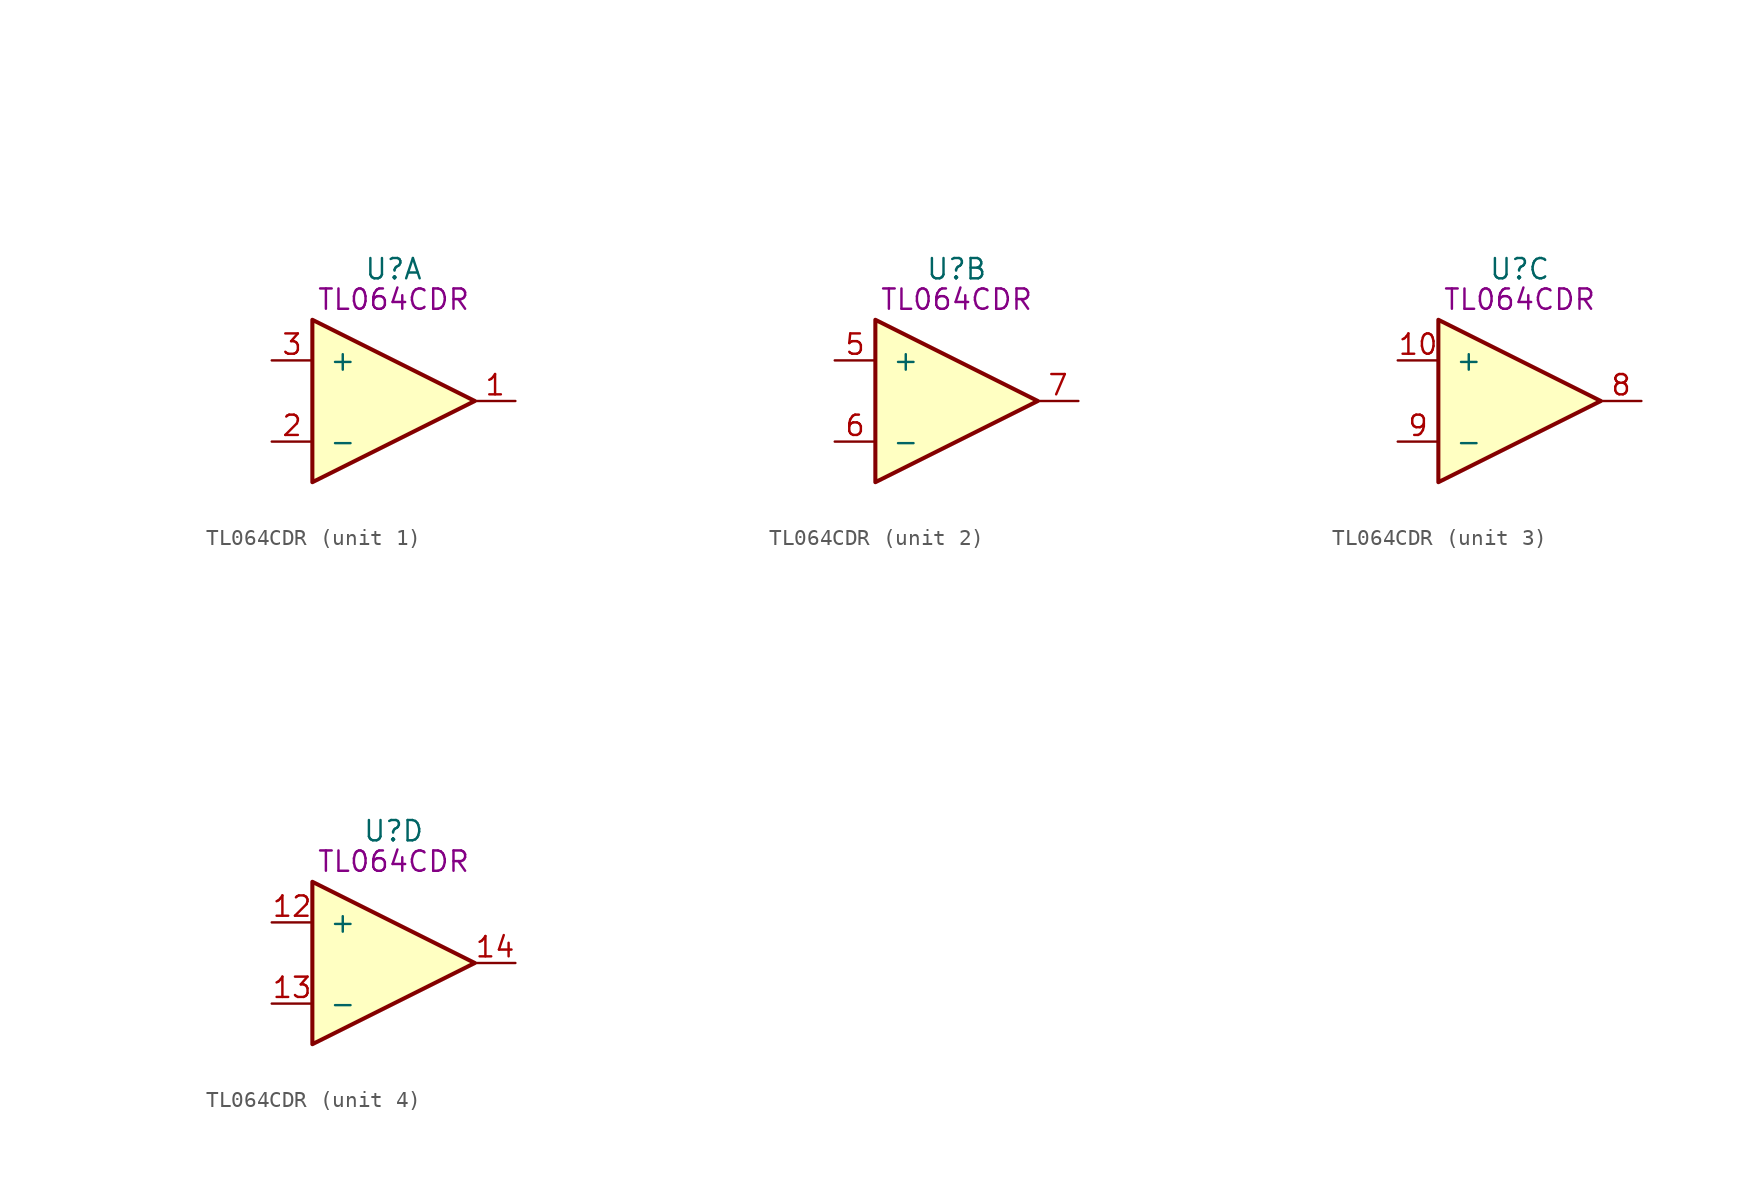
<source format=kicad_sym>
(kicad_symbol_lib
  (version 20211014)
  (generator kicad_symbol_editor)
  (symbol "TL064CDR"
    (pin_names
      (offset 1.016))
    (property "Reference" "U"
      (at 0 8.255 0)
      (effects (font (size 1.27 1.27))))
    (property "Symbol" "TL064CDR"
      (at 0 6.35 0)
      (effects (font (size 1.27 1.27))))
    (symbol "TL064CDR_0_0"
      (text "" (at -17.78 12.7 0) (effects (font (size 1.27 1.27))))
      (text "" (at -7.62 0.635 0) (effects (font (size 1.27 1.27))))
      (text "" (at -7.62 0.635 0) (effects (font (size 1.27 1.27))))
      (text "" (at -7.62 0.635 0) (effects (font (size 1.27 1.27))))
      (text "" (at -7.62 0.635 0) (effects (font (size 1.27 1.27))))
      (text "" (at -5.715 18.415 0) (effects (font (size 1.27 1.27))))
      (text "" (at -3.175 1.905 0) (effects (font (size 1.27 1.27))))
      (text "" (at -3.175 1.905 0) (effects (font (size 1.27 1.27))))
      (text "" (at -3.175 1.905 0) (effects (font (size 1.27 1.27))))
      (text "" (at -3.175 1.905 0) (effects (font (size 1.27 1.27))))
      (text "" (at -1.27 4.445 0) (effects (font (size 1.27 1.27))))
      (text "" (at -1.27 4.445 0) (effects (font (size 1.27 1.27))))
      (text "" (at -1.27 4.445 0) (effects (font (size 1.27 1.27))))
      (text "" (at -1.27 4.445 0) (effects (font (size 1.27 1.27))))
      (text "" (at 0 4.445 0) (effects (font (size 1.27 1.27))))
      (text "" (at 0 4.445 0) (effects (font (size 1.27 1.27))))
      (text "" (at 0 4.445 0) (effects (font (size 1.27 1.27))))
      (text "" (at 0 4.445 0) (effects (font (size 1.27 1.27)))))
    (symbol "TL064CDR_1_1"
      (polyline (pts (xy -5.08 5.08) (xy 5.08 0) (xy -5.08 -5.08) (xy -5.08 5.08)) (stroke (width 0.254) (type default) (color 0 0 0 0)) (fill (type background)))
      (pin output line (at 7.62 0 180) (length 2.54) (name "~" (effects (font (size 1.27 1.27)))) (number "1" (effects (font (size 1.27 1.27)))))
      (pin input line (at -7.62 -2.54 0) (length 2.54) (name "-" (effects (font (size 1.27 1.27)))) (number "2" (effects (font (size 1.27 1.27)))))
      (pin input line (at -7.62 2.54 0) (length 2.54) (name "+" (effects (font (size 1.27 1.27)))) (number "3" (effects (font (size 1.27 1.27))))))
    (symbol "TL064CDR_2_1"
      (polyline (pts (xy -5.08 5.08) (xy 5.08 0) (xy -5.08 -5.08) (xy -5.08 5.08)) (stroke (width 0.254) (type default) (color 0 0 0 0)) (fill (type background)))
      (pin input line (at -7.62 2.54 0) (length 2.54) (name "+" (effects (font (size 1.27 1.27)))) (number "5" (effects (font (size 1.27 1.27)))))
      (pin input line (at -7.62 -2.54 0) (length 2.54) (name "-" (effects (font (size 1.27 1.27)))) (number "6" (effects (font (size 1.27 1.27)))))
      (pin output line (at 7.62 0 180) (length 2.54) (name "~" (effects (font (size 1.27 1.27)))) (number "7" (effects (font (size 1.27 1.27))))))
    (symbol "TL064CDR_3_1"
      (polyline (pts (xy -5.08 5.08) (xy 5.08 0) (xy -5.08 -5.08) (xy -5.08 5.08)) (stroke (width 0.254) (type default) (color 0 0 0 0)) (fill (type background)))
      (pin input line (at -7.62 2.54 0) (length 2.54) (name "+" (effects (font (size 1.27 1.27)))) (number "10" (effects (font (size 1.27 1.27)))))
      (pin output line (at 7.62 0 180) (length 2.54) (name "~" (effects (font (size 1.27 1.27)))) (number "8" (effects (font (size 1.27 1.27)))))
      (pin input line (at -7.62 -2.54 0) (length 2.54) (name "-" (effects (font (size 1.27 1.27)))) (number "9" (effects (font (size 1.27 1.27))))))
    (symbol "TL064CDR_4_1"
      (polyline (pts (xy -5.08 5.08) (xy 5.08 0) (xy -5.08 -5.08) (xy -5.08 5.08)) (stroke (width 0.254) (type default) (color 0 0 0 0)) (fill (type background)))
      (pin input line (at -7.62 2.54 0) (length 2.54) (name "+" (effects (font (size 1.27 1.27)))) (number "12" (effects (font (size 1.27 1.27)))))
      (pin input line (at -7.62 -2.54 0) (length 2.54) (name "-" (effects (font (size 1.27 1.27)))) (number "13" (effects (font (size 1.27 1.27)))))
      (pin output line (at 7.62 0 180) (length 2.54) (name "~" (effects (font (size 1.27 1.27)))) (number "14" (effects (font (size 1.27 1.27))))))))
</source>
